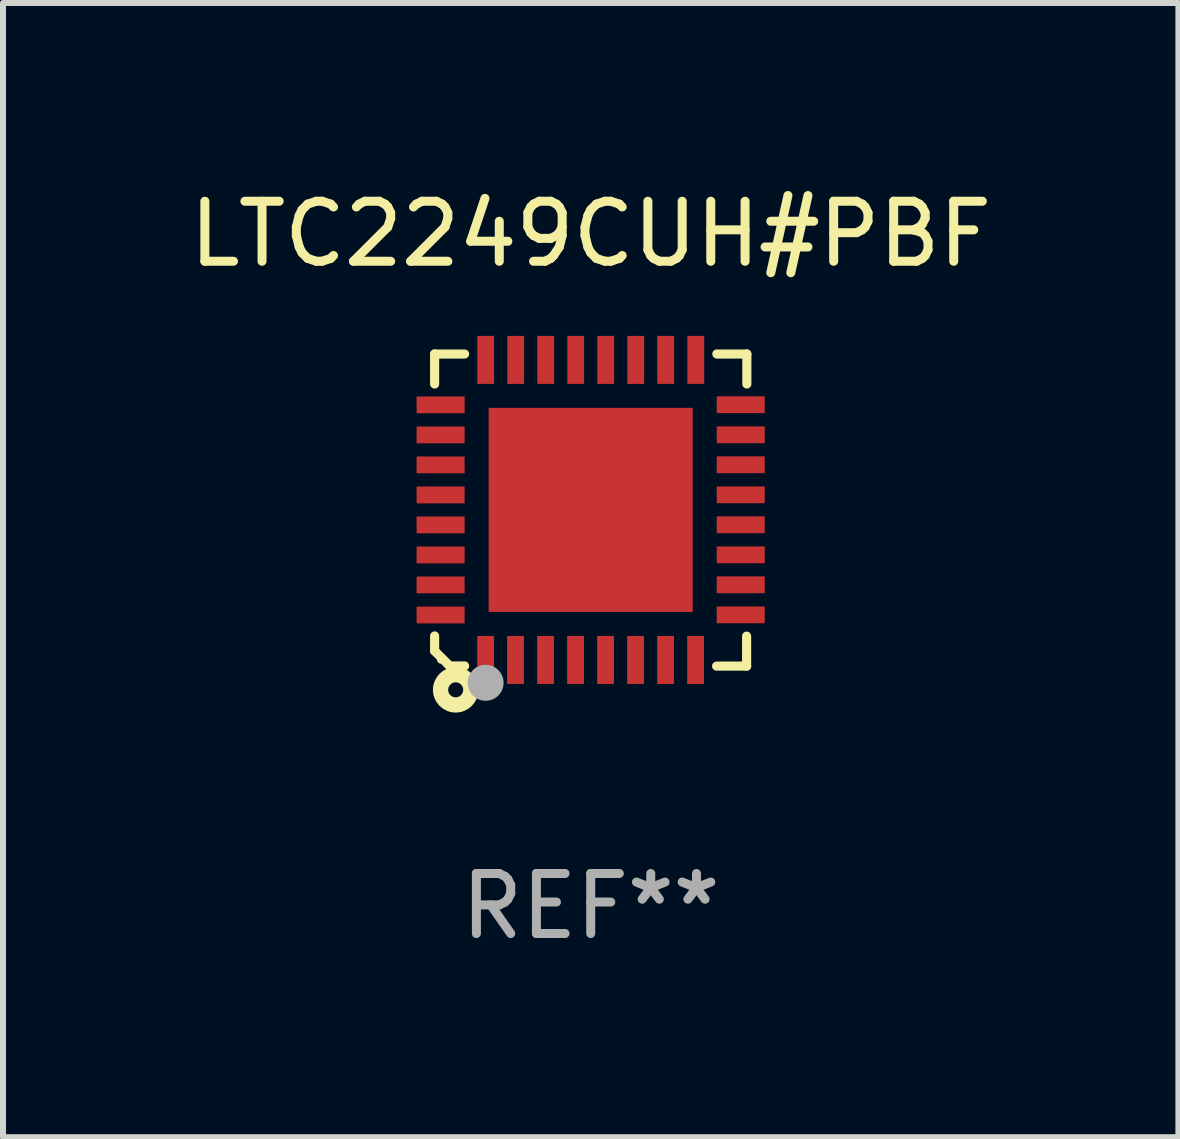
<source format=kicad_pcb>
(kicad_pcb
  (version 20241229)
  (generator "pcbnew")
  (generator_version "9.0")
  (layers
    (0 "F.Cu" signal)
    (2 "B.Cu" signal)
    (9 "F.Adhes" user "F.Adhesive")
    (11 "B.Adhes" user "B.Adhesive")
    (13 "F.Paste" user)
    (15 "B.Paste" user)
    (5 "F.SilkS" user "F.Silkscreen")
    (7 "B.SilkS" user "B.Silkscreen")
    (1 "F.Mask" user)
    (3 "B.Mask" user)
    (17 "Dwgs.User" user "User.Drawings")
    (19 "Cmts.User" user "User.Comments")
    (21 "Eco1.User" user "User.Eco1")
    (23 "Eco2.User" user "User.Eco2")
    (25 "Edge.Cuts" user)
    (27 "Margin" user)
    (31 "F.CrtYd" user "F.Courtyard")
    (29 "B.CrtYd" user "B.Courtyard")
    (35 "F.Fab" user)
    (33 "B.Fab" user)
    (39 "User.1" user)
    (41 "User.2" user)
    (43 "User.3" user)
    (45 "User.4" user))
  (footprint "LTC2249CUH#PBF"
    (layer "F.Cu")
    (at 6.792 5.448)
    (property "Reference" "LTC2249CUH#PBF" (at 0 -4.6 0) (layer "F.SilkS") (effects (font (size 1 1) (thickness 0.15))))
    (attr through_hole)
    (fp_line (start -2.601 2.097) (end -2.601 2.347) (stroke (width 0.152) (type solid)) (layer "F.SilkS"))
    (fp_line (start -2.601 2.347) (end -2.351 2.597) (stroke (width 0.152) (type solid)) (layer "F.SilkS"))
    (fp_line (start -2.601 -2.6) (end -2.601 -2.1) (stroke (width 0.152) (type solid)) (layer "F.SilkS"))
    (fp_line (start -2.601 -2.6) (end -2.101 -2.6) (stroke (width 0.152) (type solid)) (layer "F.SilkS"))
    (fp_line (start -2.351 2.597) (end -2.101 2.597) (stroke (width 0.152) (type solid)) (layer "F.SilkS"))
    (fp_line (start 2.597 2.6) (end 2.097 2.6) (stroke (width 0.152) (type solid)) (layer "F.SilkS"))
    (fp_line (start 2.597 2.6) (end 2.597 2.1) (stroke (width 0.152) (type solid)) (layer "F.SilkS"))
    (fp_line (start 2.601 -2.6) (end 2.101 -2.6) (stroke (width 0.152) (type solid)) (layer "F.SilkS"))
    (fp_line (start 2.601 -2.6) (end 2.601 -2.1) (stroke (width 0.152) (type solid)) (layer "F.SilkS"))
    (fp_circle (center -2.501 2.497) (end -2.471 2.497) (stroke (width 0.06) (type solid)) (fill no) (layer "F.SilkS"))
    (fp_circle (center -2.25 2.995) (end -2.125 2.995) (stroke (width 0.254) (type solid)) (fill no) (layer "F.SilkS"))
    (fp_circle (center -1.751 2.878) (end -1.601 2.878) (stroke (width 0.3) (type solid)) (fill no) (layer "F.Fab"))
    (fp_text user "REF**" (at 0 6.6 0) (layer "F.Fab") (effects (font (size 1 1) (thickness 0.15))))
    (pad "1" smd rect (at -1.751 2.497) (size 0.28 0.8) (layers "F.Cu" "F.Mask" "F.Paste"))
    (pad "2" smd rect (at -1.253 2.497) (size 0.28 0.8) (layers "F.Cu" "F.Mask" "F.Paste"))
    (pad "3" smd rect (at -0.753 2.497) (size 0.28 0.8) (layers "F.Cu" "F.Mask" "F.Paste"))
    (pad "4" smd rect (at -0.253 2.497) (size 0.28 0.8) (layers "F.Cu" "F.Mask" "F.Paste"))
    (pad "5" smd rect (at 0.247 2.497) (size 0.28 0.8) (layers "F.Cu" "F.Mask" "F.Paste"))
    (pad "6" smd rect (at 0.747 2.497) (size 0.28 0.8) (layers "F.Cu" "F.Mask" "F.Paste"))
    (pad "7" smd rect (at 1.247 2.497) (size 0.28 0.8) (layers "F.Cu" "F.Mask" "F.Paste"))
    (pad "8" smd rect (at 1.747 2.497) (size 0.28 0.8) (layers "F.Cu" "F.Mask" "F.Paste"))
    (pad "9" smd rect (at 2.499 1.746) (size 0.8 0.28) (layers "F.Cu" "F.Mask" "F.Paste"))
    (pad "10" smd rect (at 2.499 1.245) (size 0.8 0.28) (layers "F.Cu" "F.Mask" "F.Paste"))
    (pad "11" smd rect (at 2.499 0.746) (size 0.8 0.28) (layers "F.Cu" "F.Mask" "F.Paste"))
    (pad "12" smd rect (at 2.499 0.245) (size 0.8 0.28) (layers "F.Cu" "F.Mask" "F.Paste"))
    (pad "13" smd rect (at 2.499 -0.254) (size 0.8 0.28) (layers "F.Cu" "F.Mask" "F.Paste"))
    (pad "14" smd rect (at 2.499 -0.755) (size 0.8 0.28) (layers "F.Cu" "F.Mask" "F.Paste"))
    (pad "15" smd rect (at 2.499 -1.254) (size 0.8 0.28) (layers "F.Cu" "F.Mask" "F.Paste"))
    (pad "16" smd rect (at 2.499 -1.755) (size 0.8 0.28) (layers "F.Cu" "F.Mask" "F.Paste"))
    (pad "17" smd rect (at 1.75 -2.502) (size 0.28 0.8) (layers "F.Cu" "F.Mask" "F.Paste"))
    (pad "18" smd rect (at 1.25 -2.502) (size 0.28 0.8) (layers "F.Cu" "F.Mask" "F.Paste"))
    (pad "19" smd rect (at 0.75 -2.502) (size 0.28 0.8) (layers "F.Cu" "F.Mask" "F.Paste"))
    (pad "20" smd rect (at 0.25 -2.502) (size 0.28 0.8) (layers "F.Cu" "F.Mask" "F.Paste"))
    (pad "21" smd rect (at -0.25 -2.502) (size 0.28 0.8) (layers "F.Cu" "F.Mask" "F.Paste"))
    (pad "22" smd rect (at -0.75 -2.502) (size 0.28 0.8) (layers "F.Cu" "F.Mask" "F.Paste"))
    (pad "23" smd rect (at -1.25 -2.502) (size 0.28 0.8) (layers "F.Cu" "F.Mask" "F.Paste"))
    (pad "24" smd rect (at -1.75 -2.502) (size 0.28 0.8) (layers "F.Cu" "F.Mask" "F.Paste"))
    (pad "25" smd rect (at -2.501 -1.753) (size 0.8 0.28) (layers "F.Cu" "F.Mask" "F.Paste"))
    (pad "26" smd rect (at -2.501 -1.252) (size 0.8 0.28) (layers "F.Cu" "F.Mask" "F.Paste"))
    (pad "27" smd rect (at -2.501 -0.753) (size 0.8 0.28) (layers "F.Cu" "F.Mask" "F.Paste"))
    (pad "28" smd rect (at -2.501 -0.252) (size 0.8 0.28) (layers "F.Cu" "F.Mask" "F.Paste"))
    (pad "29" smd rect (at -2.501 0.247) (size 0.8 0.28) (layers "F.Cu" "F.Mask" "F.Paste"))
    (pad "30" smd rect (at -2.501 0.748) (size 0.8 0.28) (layers "F.Cu" "F.Mask" "F.Paste"))
    (pad "31" smd rect (at -2.501 1.247) (size 0.8 0.28) (layers "F.Cu" "F.Mask" "F.Paste"))
    (pad "32" smd rect (at -2.501 1.748) (size 0.8 0.28) (layers "F.Cu" "F.Mask" "F.Paste"))
    (pad "33" smd rect (at -0.001 -0.003 180) (size 3.4 3.4) (layers "F.Cu" "F.Mask" "F.Paste")))
  (gr_rect
    (start -3 -3)
    (end 16.583 15.896)
    (stroke (width 0.1) (type default))
    (fill no)
    (layer "Edge.Cuts")))
</source>
